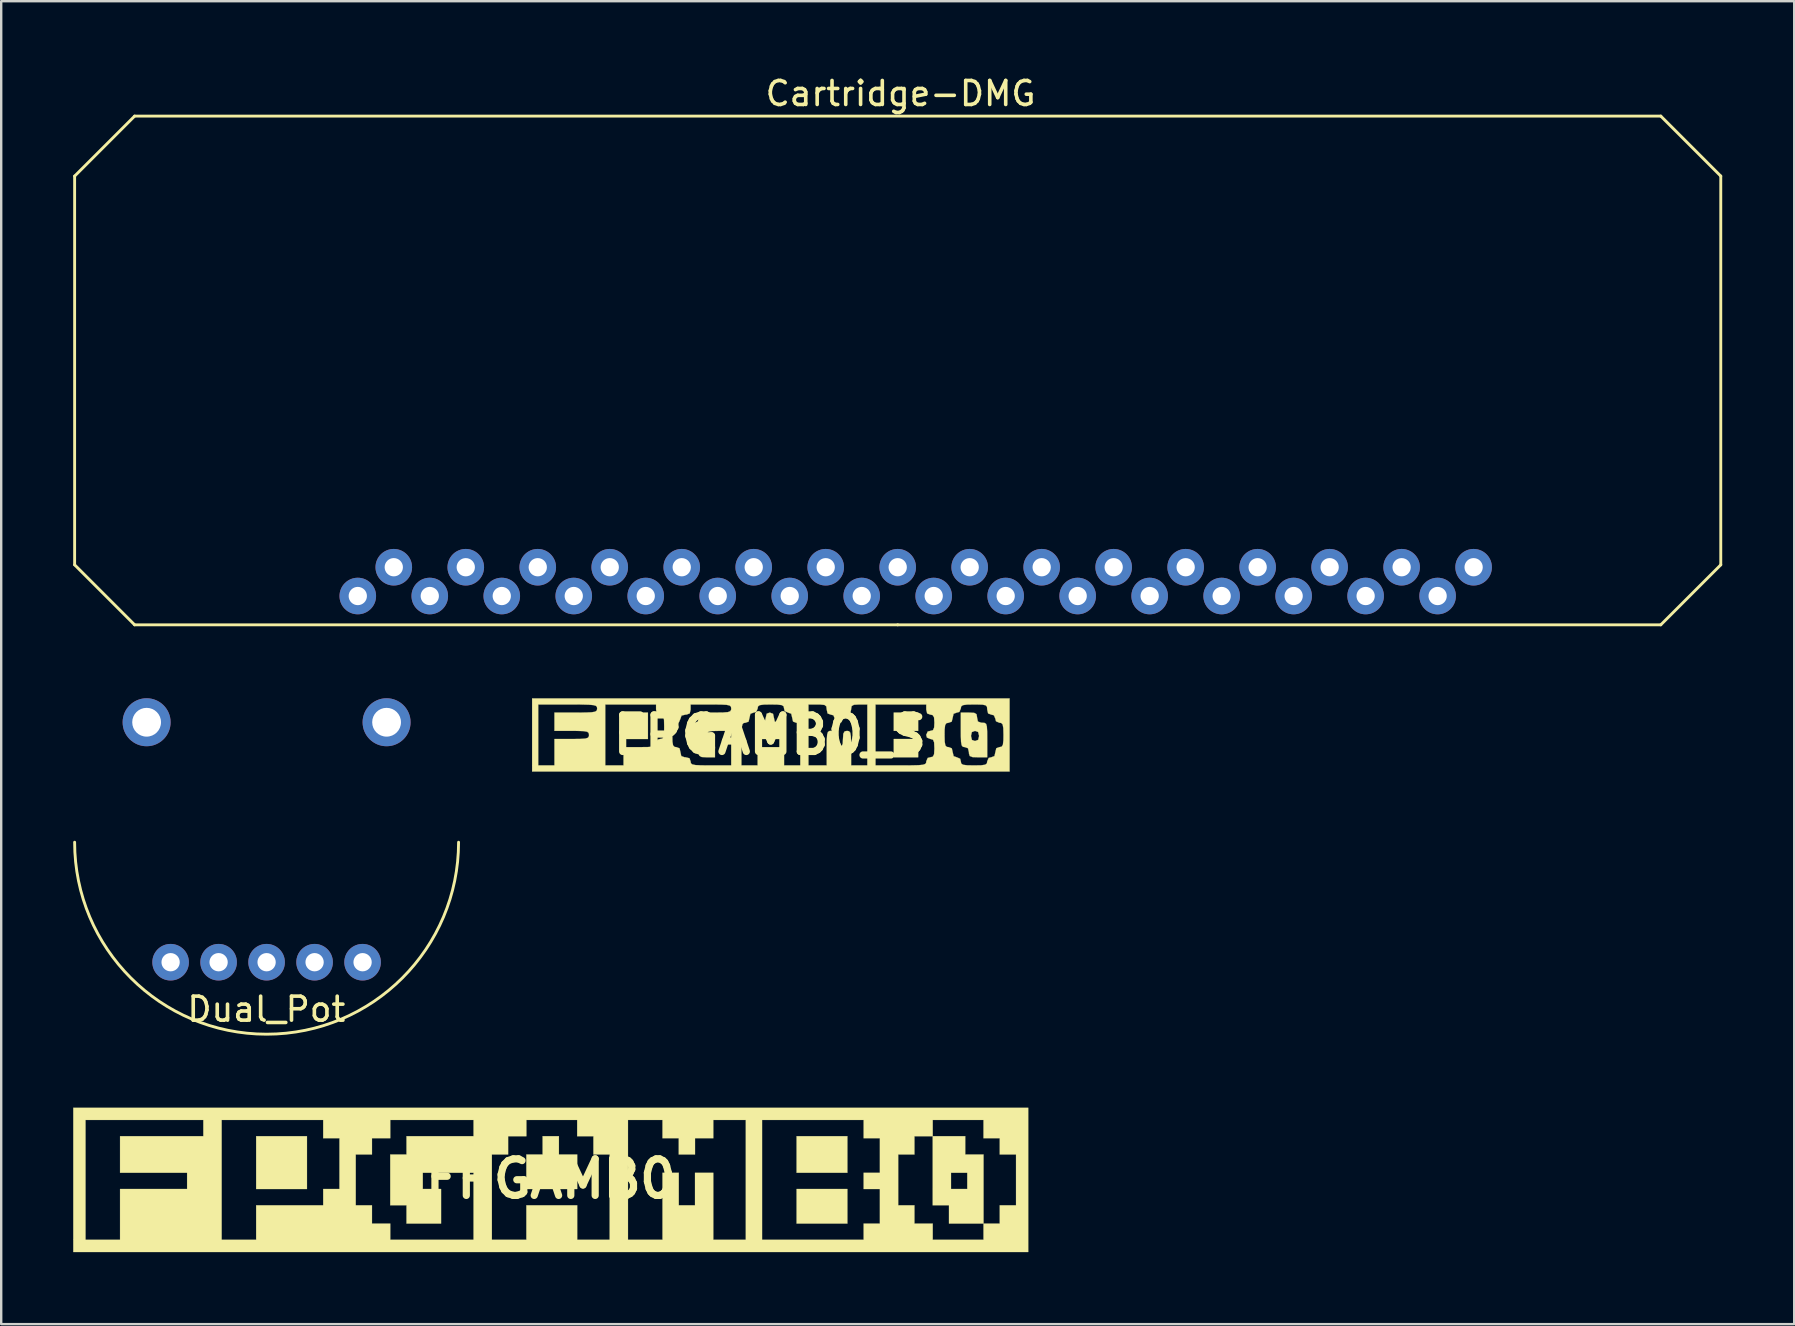
<source format=kicad_pcb>
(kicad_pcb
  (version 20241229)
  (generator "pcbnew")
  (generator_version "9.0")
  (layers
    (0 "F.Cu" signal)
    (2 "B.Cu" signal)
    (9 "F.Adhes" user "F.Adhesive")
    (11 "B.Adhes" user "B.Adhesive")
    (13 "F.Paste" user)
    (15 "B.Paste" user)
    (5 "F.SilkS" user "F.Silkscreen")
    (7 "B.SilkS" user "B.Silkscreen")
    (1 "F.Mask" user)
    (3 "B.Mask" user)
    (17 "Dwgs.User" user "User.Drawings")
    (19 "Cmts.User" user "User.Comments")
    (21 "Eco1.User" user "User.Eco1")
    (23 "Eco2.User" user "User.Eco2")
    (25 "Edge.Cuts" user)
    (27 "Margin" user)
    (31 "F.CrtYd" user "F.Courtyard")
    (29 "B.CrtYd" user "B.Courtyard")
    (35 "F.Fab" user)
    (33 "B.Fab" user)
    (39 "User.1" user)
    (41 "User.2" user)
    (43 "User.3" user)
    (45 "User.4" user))
  (footprint "Dual_Pot"
    (layer "F.Cu")
    (at 8.06 32.048)
    (property "Reference" "Dual_Pot" (at -0.01 6.96 0) (layer "F.SilkS") (effects (font (size 1 1) (thickness 0.15))))
    (attr through_hole)
    (fp_arc (start 8 0) (mid 0 8) (end -8 0) (stroke (width 0.12) (type solid)) (layer "F.SilkS"))
    (pad "1" thru_hole circle (at -4 5) (size 1.524 1.524) (drill 0.762) (layers "*.Cu" "*.Mask"))
    (pad "2" thru_hole circle (at -2 5) (size 1.524 1.524) (drill 0.762) (layers "*.Cu" "*.Mask"))
    (pad "3" thru_hole circle (at 0 5) (size 1.524 1.524) (drill 0.762) (layers "*.Cu" "*.Mask"))
    (pad "4" thru_hole circle (at 2 5) (size 1.524 1.524) (drill 0.762) (layers "*.Cu" "*.Mask"))
    (pad "5" thru_hole circle (at -5 -5) (size 2 2) (drill 1.2) (layers "*.Cu" "*.Mask"))
    (pad "5" thru_hole circle (at 4 5) (size 1.524 1.524) (drill 0.762) (layers "*.Cu" "*.Mask"))
    (pad "5" thru_hole circle (at 5 -5) (size 2 2) (drill 1.2) (layers "*.Cu" "*.Mask")))
  (footprint "FPGAMB0"
    (layer "F.Cu")
    (at 19.902 46.077)
    (property "Reference" "FPGAMB0" (at 0 0 0) (layer "F.SilkS") (effects (font (size 1.524 1.524) (thickness 0.3))))
    (attr through_hole)
    (fp_poly (pts (xy -10.16 0.423) (xy -12.277 0.423) (xy -12.277 -1.778) (xy -10.16 -1.778) (xy -10.16 0.423)) (stroke (width 0.01) (type solid)) (fill yes) (layer "F.SilkS"))
    (fp_poly (pts (xy 12.361 -0.254) (xy 10.245 -0.254) (xy 10.245 -1.778) (xy 12.361 -1.778) (xy 12.361 -0.254)) (stroke (width 0.01) (type solid)) (fill yes) (layer "F.SilkS"))
    (fp_poly (pts (xy 12.361 1.863) (xy 10.245 1.863) (xy 10.245 0.423) (xy 12.361 0.423) (xy 12.361 1.863)) (stroke (width 0.01) (type solid)) (fill yes) (layer "F.SilkS"))
    (fp_poly (pts (xy 0.339 -1.016) (xy 1.101 -1.016) (xy 1.101 0.423) (xy -1.016 0.423) (xy -1.016 -1.016) (xy -0.339 -1.016) (xy -0.339 -1.778) (xy 0.339 -1.778) (xy 0.339 -1.016)) (stroke (width 0.01) (type solid)) (fill yes) (layer "F.SilkS"))
    (fp_poly (pts (xy 17.272 -1.016) (xy 18.034 -1.016) (xy 18.034 1.863) (xy 16.595 1.863) (xy 16.595 1.101) (xy 15.917 1.101) (xy 15.917 -0.254) (xy 16.679 -0.254) (xy 16.679 0.423) (xy 17.357 0.423) (xy 17.357 -0.254) (xy 16.679 -0.254) (xy 15.917 -0.254) (xy 15.917 -1.778) (xy 17.272 -1.778) (xy 17.272 -1.016)) (stroke (width 0.01) (type solid)) (fill yes) (layer "F.SilkS"))
    (fp_poly (pts (xy 19.897 3.048) (xy -19.897 3.048) (xy -19.897 -2.455) (xy -19.389 -2.455) (xy -19.389 2.54) (xy -17.949 2.54) (xy -17.949 0.423) (xy -15.155 0.423) (xy -15.155 -0.254) (xy -17.949 -0.254) (xy -17.949 -1.778) (xy -14.478 -1.778) (xy -14.478 -2.455) (xy -13.716 -2.455) (xy -13.716 2.54) (xy -12.277 2.54) (xy -12.277 1.101) (xy -9.483 1.101) (xy -9.483 0.423) (xy -8.805 0.423) (xy -8.805 -1.016) (xy -8.128 -1.016) (xy -8.128 1.101) (xy -7.451 1.101) (xy -7.451 1.863) (xy -6.689 1.863) (xy -6.689 2.54) (xy -3.217 2.54) (xy -3.217 -0.254) (xy -5.334 -0.254) (xy -5.334 0.423) (xy -4.572 0.423) (xy -4.572 1.863) (xy -6.011 1.863) (xy -6.011 1.101) (xy -6.689 1.101) (xy -6.689 -1.016) (xy -6.011 -1.016) (xy -2.455 -1.016) (xy -2.455 2.54) (xy -1.016 2.54) (xy -1.016 1.101) (xy 1.101 1.101) (xy 1.101 2.54) (xy 2.455 2.54) (xy 2.455 -1.016) (xy 1.778 -1.016) (xy 1.778 -1.778) (xy 1.101 -1.778) (xy 1.101 -2.455) (xy 3.217 -2.455) (xy 3.217 2.54) (xy 4.657 2.54) (xy 4.657 -0.254) (xy 5.334 -0.254) (xy 5.334 1.101) (xy 6.011 1.101) (xy 6.011 -0.254) (xy 6.773 -0.254) (xy 6.773 2.54) (xy 8.128 2.54) (xy 8.128 -2.455) (xy 8.805 -2.455) (xy 8.805 2.54) (xy 13.039 2.54) (xy 13.039 1.863) (xy 13.716 1.863) (xy 13.716 0.423) (xy 13.039 0.423) (xy 13.039 -0.254) (xy 13.716 -0.254) (xy 13.716 -1.016) (xy 14.478 -1.016) (xy 14.478 1.101) (xy 15.155 1.101) (xy 15.155 1.863) (xy 15.917 1.863) (xy 15.917 2.54) (xy 18.034 2.54) (xy 18.034 1.863) (xy 18.711 1.863) (xy 18.711 1.101) (xy 19.389 1.101) (xy 19.389 -1.016) (xy 18.711 -1.016) (xy 18.711 -1.693) (xy 18.034 -1.693) (xy 18.034 -2.455) (xy 15.917 -2.455) (xy 15.917 -1.778) (xy 15.155 -1.778) (xy 15.155 -1.016) (xy 14.478 -1.016) (xy 13.716 -1.016) (xy 13.716 -1.693) (xy 13.039 -1.693) (xy 13.039 -2.455) (xy 8.805 -2.455) (xy 8.128 -2.455) (xy 6.773 -2.455) (xy 6.773 -1.693) (xy 6.011 -1.693) (xy 6.011 -1.016) (xy 5.334 -1.016) (xy 5.334 -1.693) (xy 4.657 -1.693) (xy 4.657 -2.455) (xy 3.217 -2.455) (xy 1.101 -2.455) (xy -1.016 -2.455) (xy -1.016 -1.778) (xy -1.778 -1.778) (xy -1.778 -1.016) (xy -2.455 -1.016) (xy -6.011 -1.016) (xy -6.011 -1.778) (xy -3.217 -1.778) (xy -3.217 -2.455) (xy -6.689 -2.455) (xy -6.689 -1.693) (xy -7.451 -1.693) (xy -7.451 -1.016) (xy -8.128 -1.016) (xy -8.805 -1.016) (xy -8.805 -1.693) (xy -9.483 -1.693) (xy -9.483 -2.455) (xy -13.716 -2.455) (xy -14.478 -2.455) (xy -19.389 -2.455) (xy -19.897 -2.455) (xy -19.897 -2.963) (xy 19.897 -2.963) (xy 19.897 3.048)) (stroke (width 0.01) (type solid)) (fill yes) (layer "F.SilkS")))
  (footprint "Cartridge-DMG"
    (layer "F.Cu")
    (at 34.36 21.788)
    (property "Reference" "Cartridge-DMG" (at 0.12 -20.94 0) (layer "F.SilkS") (effects (font (size 1 1) (thickness 0.15))))
    (attr through_hole)
    (fp_line (start -34.3 -17.5) (end -31.8 -20) (stroke (width 0.12) (type solid)) (layer "F.SilkS"))
    (fp_line (start -34.3 -1.3) (end -34.3 -17.5) (stroke (width 0.12) (type solid)) (layer "F.SilkS"))
    (fp_line (start -31.8 1.2) (end -34.3 -1.3) (stroke (width 0.12) (type solid)) (layer "F.SilkS"))
    (fp_line (start 0 1.2) (end -31.8 1.2) (stroke (width 0.12) (type solid)) (layer "F.SilkS"))
    (fp_line (start 0 1.2) (end 31.8 1.2) (stroke (width 0.12) (type solid)) (layer "F.SilkS"))
    (fp_line (start 31.8 -20) (end -31.8 -20) (stroke (width 0.12) (type solid)) (layer "F.SilkS"))
    (fp_line (start 31.8 -20) (end 34.3 -17.5) (stroke (width 0.12) (type solid)) (layer "F.SilkS"))
    (fp_line (start 34.3 -1.3) (end 31.8 1.2) (stroke (width 0.12) (type solid)) (layer "F.SilkS"))
    (fp_line (start 34.3 -1.3) (end 34.3 -17.5) (stroke (width 0.12) (type solid)) (layer "F.SilkS"))
    (pad "1" thru_hole circle (at -22.5 0) (size 1.524 1.524) (drill 0.762) (layers "*.Cu" "*.Mask"))
    (pad "2" thru_hole circle (at -21 -1.2) (size 1.524 1.524) (drill 0.762) (layers "*.Cu" "*.Mask"))
    (pad "3" thru_hole circle (at -19.5 0) (size 1.524 1.524) (drill 0.762) (layers "*.Cu" "*.Mask"))
    (pad "4" thru_hole circle (at -18 -1.2) (size 1.524 1.524) (drill 0.762) (layers "*.Cu" "*.Mask"))
    (pad "5" thru_hole circle (at -16.5 0) (size 1.524 1.524) (drill 0.762) (layers "*.Cu" "*.Mask"))
    (pad "6" thru_hole circle (at -15 -1.2) (size 1.524 1.524) (drill 0.762) (layers "*.Cu" "*.Mask"))
    (pad "7" thru_hole circle (at -13.5 0) (size 1.524 1.524) (drill 0.762) (layers "*.Cu" "*.Mask"))
    (pad "8" thru_hole circle (at -12 -1.2) (size 1.524 1.524) (drill 0.762) (layers "*.Cu" "*.Mask"))
    (pad "9" thru_hole circle (at -10.5 0) (size 1.524 1.524) (drill 0.762) (layers "*.Cu" "*.Mask"))
    (pad "10" thru_hole circle (at -9 -1.2) (size 1.524 1.524) (drill 0.762) (layers "*.Cu" "*.Mask"))
    (pad "11" thru_hole circle (at -7.5 0) (size 1.524 1.524) (drill 0.762) (layers "*.Cu" "*.Mask"))
    (pad "12" thru_hole circle (at -6 -1.2) (size 1.524 1.524) (drill 0.762) (layers "*.Cu" "*.Mask"))
    (pad "13" thru_hole circle (at -4.5 0) (size 1.524 1.524) (drill 0.762) (layers "*.Cu" "*.Mask"))
    (pad "14" thru_hole circle (at -3 -1.2) (size 1.524 1.524) (drill 0.762) (layers "*.Cu" "*.Mask"))
    (pad "15" thru_hole circle (at -1.5 0) (size 1.524 1.524) (drill 0.762) (layers "*.Cu" "*.Mask"))
    (pad "16" thru_hole circle (at 0 -1.2) (size 1.524 1.524) (drill 0.762) (layers "*.Cu" "*.Mask"))
    (pad "17" thru_hole circle (at 1.5 0) (size 1.524 1.524) (drill 0.762) (layers "*.Cu" "*.Mask"))
    (pad "18" thru_hole circle (at 3 -1.2) (size 1.524 1.524) (drill 0.762) (layers "*.Cu" "*.Mask"))
    (pad "19" thru_hole circle (at 4.5 0) (size 1.524 1.524) (drill 0.762) (layers "*.Cu" "*.Mask"))
    (pad "20" thru_hole circle (at 6 -1.2) (size 1.524 1.524) (drill 0.762) (layers "*.Cu" "*.Mask"))
    (pad "21" thru_hole circle (at 7.5 0) (size 1.524 1.524) (drill 0.762) (layers "*.Cu" "*.Mask"))
    (pad "22" thru_hole circle (at 9 -1.2) (size 1.524 1.524) (drill 0.762) (layers "*.Cu" "*.Mask"))
    (pad "23" thru_hole circle (at 10.5 0) (size 1.524 1.524) (drill 0.762) (layers "*.Cu" "*.Mask"))
    (pad "24" thru_hole circle (at 12 -1.2) (size 1.524 1.524) (drill 0.762) (layers "*.Cu" "*.Mask"))
    (pad "25" thru_hole circle (at 13.5 0) (size 1.524 1.524) (drill 0.762) (layers "*.Cu" "*.Mask"))
    (pad "26" thru_hole circle (at 15 -1.2) (size 1.524 1.524) (drill 0.762) (layers "*.Cu" "*.Mask"))
    (pad "27" thru_hole circle (at 16.5 0) (size 1.524 1.524) (drill 0.762) (layers "*.Cu" "*.Mask"))
    (pad "28" thru_hole circle (at 18 -1.2) (size 1.524 1.524) (drill 0.762) (layers "*.Cu" "*.Mask"))
    (pad "29" thru_hole circle (at 19.5 0) (size 1.524 1.524) (drill 0.762) (layers "*.Cu" "*.Mask"))
    (pad "30" thru_hole circle (at 21 -1.2) (size 1.524 1.524) (drill 0.762) (layers "*.Cu" "*.Mask"))
    (pad "31" thru_hole circle (at 22.5 0) (size 1.524 1.524) (drill 0.762) (layers "*.Cu" "*.Mask"))
    (pad "32" thru_hole circle (at 24 -1.2) (size 1.524 1.524) (drill 0.762) (layers "*.Cu" "*.Mask")))
  (footprint "FPGAMB0_S"
    (layer "F.Cu")
    (at 29.031 27.577)
    (property "Reference" "FPGAMB0_S" (at 0 0 0) (layer "F.SilkS") (effects (font (size 1.524 1.524) (thickness 0.3))))
    (attr through_hole)
    (fp_poly (pts (xy -5.08 0.169) (xy -6.096 0.169) (xy -6.096 -0.931) (xy -5.08 -0.931) (xy -5.08 0.169)) (stroke (width 0.01) (type solid)) (fill yes) (layer "F.SilkS"))
    (fp_poly (pts (xy 6.181 -0.169) (xy 5.165 -0.169) (xy 5.165 -0.931) (xy 6.181 -0.931) (xy 6.181 -0.169)) (stroke (width 0.01) (type solid)) (fill yes) (layer "F.SilkS"))
    (fp_poly (pts (xy 6.181 0.931) (xy 5.165 0.931) (xy 5.165 0.169) (xy 6.181 0.169) (xy 6.181 0.931)) (stroke (width 0.01) (type solid)) (fill yes) (layer "F.SilkS"))
    (fp_poly (pts (xy 0.133 -0.882) (xy 0.169 -0.72) (xy 0.204 -0.559) (xy 0.342 -0.509) (xy 0.381 -0.508) (xy 0.517 -0.49) (xy 0.578 -0.402) (xy 0.593 -0.199) (xy 0.593 -0.169) (xy 0.593 0.169) (xy -0.508 0.169) (xy -0.508 -0.169) (xy -0.494 -0.391) (xy -0.436 -0.489) (xy -0.339 -0.508) (xy -0.206 -0.558) (xy -0.169 -0.72) (xy -0.13 -0.886) (xy 0 -0.931) (xy 0.133 -0.882)) (stroke (width 0.01) (type solid)) (fill yes) (layer "F.SilkS"))
    (fp_poly (pts (xy 8.516 -0.92) (xy 8.613 -0.865) (xy 8.636 -0.738) (xy 8.636 -0.72) (xy 8.671 -0.559) (xy 8.809 -0.509) (xy 8.848 -0.508) (xy 8.95 -0.501) (xy 9.013 -0.459) (xy 9.045 -0.348) (xy 9.057 -0.134) (xy 9.059 0.212) (xy 9.059 0.931) (xy 8.678 0.931) (xy 8.443 0.923) (xy 8.332 0.879) (xy 8.299 0.777) (xy 8.297 0.72) (xy 8.258 0.554) (xy 8.128 0.508) (xy 8.046 0.495) (xy 7.995 0.432) (xy 7.969 0.288) (xy 7.96 0.042) (xy 8.382 0.042) (xy 8.422 0.208) (xy 8.551 0.254) (xy 8.684 0.204) (xy 8.721 0.042) (xy 8.681 -0.124) (xy 8.551 -0.169) (xy 8.419 -0.12) (xy 8.382 0.042) (xy 7.96 0.042) (xy 7.96 0.029) (xy 7.959 -0.212) (xy 7.959 -0.931) (xy 8.297 -0.931) (xy 8.516 -0.92)) (stroke (width 0.01) (type solid)) (fill yes) (layer "F.SilkS"))
    (fp_poly (pts (xy 9.991 1.524) (xy -9.906 1.524) (xy -9.906 -1.27) (xy -9.652 -1.27) (xy -9.652 1.27) (xy -8.975 1.27) (xy -8.975 0.169) (xy -8.255 0.169) (xy -7.905 0.166) (xy -7.691 0.152) (xy -7.581 0.118) (xy -7.54 0.057) (xy -7.535 0) (xy -7.549 -0.082) (xy -7.611 -0.133) (xy -7.755 -0.159) (xy -8.014 -0.168) (xy -8.255 -0.169) (xy -8.975 -0.169) (xy -8.975 -0.931) (xy -8.086 -0.931) (xy -7.689 -0.933) (xy -7.432 -0.944) (xy -7.284 -0.968) (xy -7.216 -1.011) (xy -7.197 -1.079) (xy -7.197 -1.101) (xy -7.205 -1.167) (xy -7.248 -1.213) (xy -7.35 -1.243) (xy -7.538 -1.26) (xy -7.837 -1.268) (xy -8.272 -1.27) (xy -8.424 -1.27) (xy -6.858 -1.27) (xy -6.858 1.27) (xy -6.096 1.27) (xy -6.096 0.508) (xy -5.419 0.508) (xy -5.081 0.504) (xy -4.879 0.488) (xy -4.778 0.451) (xy -4.744 0.383) (xy -4.741 0.339) (xy -4.681 0.197) (xy -4.572 0.169) (xy -4.477 0.151) (xy -4.426 0.069) (xy -4.419 0) (xy -4.064 0) (xy -4.058 0.284) (xy -4.031 0.437) (xy -3.97 0.499) (xy -3.895 0.508) (xy -3.762 0.558) (xy -3.725 0.72) (xy -3.69 0.881) (xy -3.553 0.93) (xy -3.514 0.931) (xy -3.348 0.971) (xy -3.302 1.101) (xy -3.29 1.178) (xy -3.235 1.227) (xy -3.105 1.255) (xy -2.871 1.267) (xy -2.501 1.27) (xy -2.455 1.27) (xy -1.609 1.27) (xy -1.609 0.381) (xy -1.185 0.381) (xy -1.185 1.27) (xy -0.508 1.27) (xy -0.508 0.508) (xy 0.593 0.508) (xy 0.593 1.27) (xy 1.27 1.27) (xy 1.27 0.381) (xy 1.268 -0.016) (xy 1.258 -0.273) (xy 1.234 -0.421) (xy 1.19 -0.489) (xy 1.122 -0.508) (xy 1.101 -0.508) (xy 0.968 -0.558) (xy 0.931 -0.72) (xy 0.892 -0.886) (xy 0.762 -0.931) (xy 0.62 -0.991) (xy 0.593 -1.101) (xy 0.576 -1.192) (xy 0.499 -1.243) (xy 0.326 -1.265) (xy 0.042 -1.27) (xy 1.609 -1.27) (xy 1.609 1.27) (xy 2.371 1.27) (xy 2.371 0.55) (xy 2.374 0.2) (xy 2.388 -0.013) (xy 2.422 -0.124) (xy 2.483 -0.165) (xy 2.54 -0.169) (xy 2.651 -0.141) (xy 2.7 -0.026) (xy 2.709 0.169) (xy 2.724 0.391) (xy 2.781 0.489) (xy 2.879 0.508) (xy 2.989 0.48) (xy 3.038 0.365) (xy 3.048 0.169) (xy 3.062 -0.052) (xy 3.12 -0.15) (xy 3.217 -0.169) (xy 3.3 -0.156) (xy 3.35 -0.094) (xy 3.376 0.051) (xy 3.386 0.31) (xy 3.387 0.55) (xy 3.387 1.27) (xy 4.064 1.27) (xy 4.064 -1.27) (xy 4.403 -1.27) (xy 4.403 1.27) (xy 5.461 1.27) (xy 5.9 1.268) (xy 6.198 1.261) (xy 6.381 1.243) (xy 6.477 1.21) (xy 6.514 1.158) (xy 6.519 1.101) (xy 6.579 0.959) (xy 6.689 0.931) (xy 6.794 0.906) (xy 6.845 0.803) (xy 6.858 0.578) (xy 6.858 0.55) (xy 6.847 0.312) (xy 6.801 0.2) (xy 6.701 0.169) (xy 6.689 0.169) (xy 6.547 0.109) (xy 6.519 0) (xy 7.281 0) (xy 7.288 0.284) (xy 7.315 0.437) (xy 7.376 0.499) (xy 7.451 0.508) (xy 7.583 0.558) (xy 7.62 0.72) (xy 7.66 0.886) (xy 7.789 0.931) (xy 7.931 0.991) (xy 7.959 1.101) (xy 7.976 1.192) (xy 8.052 1.243) (xy 8.225 1.265) (xy 8.509 1.27) (xy 8.807 1.265) (xy 8.973 1.241) (xy 9.045 1.188) (xy 9.059 1.101) (xy 9.119 0.959) (xy 9.229 0.931) (xy 9.361 0.882) (xy 9.398 0.72) (xy 9.438 0.554) (xy 9.567 0.508) (xy 9.662 0.489) (xy 9.713 0.408) (xy 9.734 0.225) (xy 9.737 0) (xy 9.73 -0.284) (xy 9.703 -0.437) (xy 9.642 -0.499) (xy 9.567 -0.508) (xy 9.426 -0.568) (xy 9.398 -0.677) (xy 9.338 -0.819) (xy 9.229 -0.847) (xy 9.096 -0.896) (xy 9.059 -1.058) (xy 9.05 -1.172) (xy 8.995 -1.235) (xy 8.858 -1.263) (xy 8.599 -1.27) (xy 8.509 -1.27) (xy 8.211 -1.265) (xy 8.045 -1.241) (xy 7.973 -1.188) (xy 7.959 -1.101) (xy 7.899 -0.959) (xy 7.789 -0.931) (xy 7.657 -0.882) (xy 7.62 -0.72) (xy 7.58 -0.554) (xy 7.451 -0.508) (xy 7.356 -0.489) (xy 7.305 -0.408) (xy 7.284 -0.225) (xy 7.281 0) (xy 6.519 0) (xy 6.579 -0.142) (xy 6.689 -0.169) (xy 6.799 -0.198) (xy 6.848 -0.313) (xy 6.858 -0.508) (xy 6.844 -0.73) (xy 6.786 -0.827) (xy 6.689 -0.847) (xy 6.556 -0.896) (xy 6.519 -1.058) (xy 6.519 -1.27) (xy 4.403 -1.27) (xy 4.064 -1.27) (xy 3.725 -1.27) (xy 3.507 -1.258) (xy 3.41 -1.204) (xy 3.387 -1.077) (xy 3.387 -1.058) (xy 3.347 -0.892) (xy 3.217 -0.847) (xy 3.076 -0.787) (xy 3.048 -0.677) (xy 2.988 -0.536) (xy 2.879 -0.508) (xy 2.737 -0.568) (xy 2.709 -0.677) (xy 2.649 -0.819) (xy 2.54 -0.847) (xy 2.407 -0.896) (xy 2.371 -1.058) (xy 2.355 -1.189) (xy 2.277 -1.251) (xy 2.092 -1.269) (xy 1.99 -1.27) (xy 1.609 -1.27) (xy 0.042 -1.27) (xy -0.255 -1.265) (xy -0.422 -1.241) (xy -0.493 -1.188) (xy -0.508 -1.101) (xy -0.568 -0.959) (xy -0.677 -0.931) (xy -0.81 -0.882) (xy -0.847 -0.72) (xy -0.886 -0.554) (xy -1.016 -0.508) (xy -1.092 -0.497) (xy -1.141 -0.443) (xy -1.169 -0.318) (xy -1.182 -0.09) (xy -1.185 0.27) (xy -1.185 0.381) (xy -1.609 0.381) (xy -1.609 -0.169) (xy -2.117 -0.169) (xy -2.4 -0.163) (xy -2.554 -0.136) (xy -2.615 -0.075) (xy -2.625 0) (xy -2.565 0.142) (xy -2.455 0.169) (xy -2.35 0.194) (xy -2.299 0.298) (xy -2.286 0.523) (xy -2.286 0.55) (xy -2.286 0.931) (xy -2.625 0.931) (xy -2.843 0.92) (xy -2.94 0.865) (xy -2.963 0.738) (xy -2.963 0.72) (xy -3.003 0.554) (xy -3.133 0.508) (xy -3.227 0.489) (xy -3.278 0.408) (xy -3.299 0.225) (xy -3.302 0) (xy -3.296 -0.284) (xy -3.269 -0.437) (xy -3.208 -0.499) (xy -3.133 -0.508) (xy -3 -0.558) (xy -2.963 -0.72) (xy -2.956 -0.825) (xy -2.911 -0.888) (xy -2.795 -0.919) (xy -2.571 -0.93) (xy -2.286 -0.931) (xy -1.949 -0.935) (xy -1.746 -0.951) (xy -1.645 -0.989) (xy -1.611 -1.056) (xy -1.609 -1.101) (xy -1.62 -1.178) (xy -1.676 -1.227) (xy -1.805 -1.255) (xy -2.04 -1.267) (xy -2.41 -1.27) (xy -2.455 -1.27) (xy -3.302 -1.27) (xy -3.302 -1.058) (xy -3.337 -0.897) (xy -3.475 -0.848) (xy -3.514 -0.847) (xy -3.68 -0.807) (xy -3.725 -0.677) (xy -3.785 -0.536) (xy -3.895 -0.508) (xy -3.989 -0.489) (xy -4.04 -0.408) (xy -4.061 -0.225) (xy -4.064 0) (xy -4.419 0) (xy -4.406 -0.114) (xy -4.403 -0.339) (xy -4.409 -0.622) (xy -4.436 -0.776) (xy -4.497 -0.837) (xy -4.572 -0.847) (xy -4.705 -0.896) (xy -4.741 -1.058) (xy -4.741 -1.27) (xy -6.858 -1.27) (xy -8.424 -1.27) (xy -9.652 -1.27) (xy -9.906 -1.27) (xy -9.906 -1.524) (xy 9.991 -1.524) (xy 9.991 1.524)) (stroke (width 0.01) (type solid)) (fill yes) (layer "F.SilkS")))
  (gr_rect
    (start -3 -3)
    (end 71.72 52.13)
    (stroke (width 0.1) (type default))
    (fill no)
    (layer "Edge.Cuts")))
</source>
